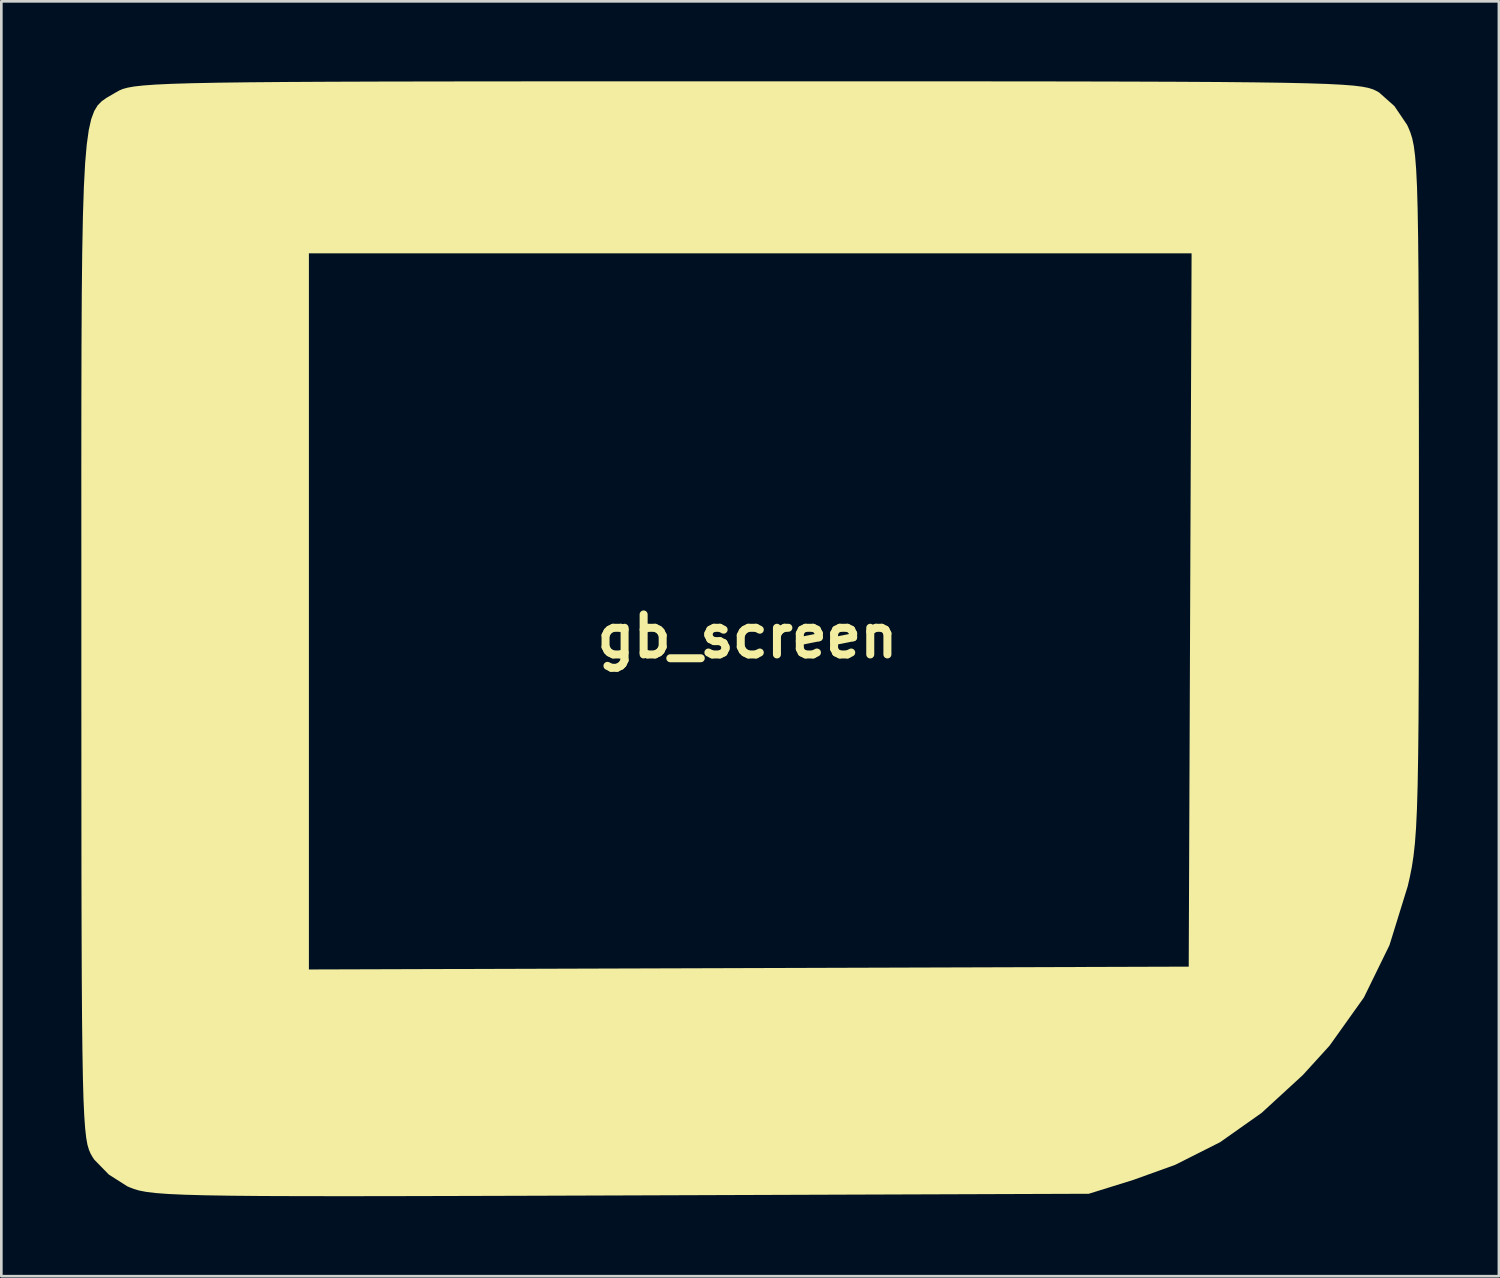
<source format=kicad_pcb>
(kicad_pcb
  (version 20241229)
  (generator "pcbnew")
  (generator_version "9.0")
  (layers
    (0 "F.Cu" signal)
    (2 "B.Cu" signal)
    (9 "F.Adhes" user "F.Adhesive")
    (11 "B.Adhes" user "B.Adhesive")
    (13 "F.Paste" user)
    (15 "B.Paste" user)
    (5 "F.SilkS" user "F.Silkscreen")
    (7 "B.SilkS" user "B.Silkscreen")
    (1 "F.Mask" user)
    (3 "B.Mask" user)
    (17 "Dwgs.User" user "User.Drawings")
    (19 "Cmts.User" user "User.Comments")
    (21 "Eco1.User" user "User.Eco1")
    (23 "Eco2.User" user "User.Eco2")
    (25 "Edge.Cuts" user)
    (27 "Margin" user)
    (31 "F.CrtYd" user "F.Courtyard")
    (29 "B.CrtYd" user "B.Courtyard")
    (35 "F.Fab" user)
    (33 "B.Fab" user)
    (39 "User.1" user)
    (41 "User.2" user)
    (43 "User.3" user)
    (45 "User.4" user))
  (footprint "gb_screen"
    (layer "F.Cu")
    (at 24.984 20.818)
    (property "Reference" "gb_screen" (at 0 0 0) (layer "F.SilkS") (effects (font (size 1.5 1.5) (thickness 0.3))))
    (attr board_only exclude_from_pos_files exclude_from_bom)
    (fp_poly (pts (xy 3.587 -20.818) (xy 6.782 -20.817) (xy 9.608 -20.816) (xy 12.087 -20.813) (xy 14.245 -20.808) (xy 16.104 -20.801) (xy 17.688 -20.792) (xy 19.02 -20.779) (xy 20.125 -20.763) (xy 21.025 -20.743) (xy 21.745 -20.719) (xy 22.307 -20.69) (xy 22.735 -20.657) (xy 23.054 -20.617) (xy 23.286 -20.572) (xy 23.455 -20.52) (xy 23.585 -20.461) (xy 23.694 -20.398) (xy 24.267 -19.888) (xy 24.74 -19.188) (xy 24.783 -19.098) (xy 24.865 -18.901) (xy 24.935 -18.678) (xy 24.994 -18.395) (xy 25.042 -18.02) (xy 25.082 -17.521) (xy 25.114 -16.864) (xy 25.138 -16.018) (xy 25.156 -14.948) (xy 25.169 -13.624) (xy 25.177 -12.012) (xy 25.182 -10.079) (xy 25.185 -7.792) (xy 25.186 -5.309) (xy 25.186 -2.657) (xy 25.184 -0.386) (xy 25.179 1.539) (xy 25.171 3.152) (xy 25.157 4.488) (xy 25.138 5.583) (xy 25.112 6.471) (xy 25.078 7.188) (xy 25.035 7.768) (xy 24.982 8.246) (xy 24.919 8.657) (xy 24.843 9.037) (xy 24.767 9.369) (xy 24.082 11.582) (xy 23.122 13.546) (xy 21.832 15.355) (xy 20.832 16.454) (xy 19.284 17.875) (xy 17.73 18.972) (xy 16.046 19.821) (xy 14.472 20.388) (xy 12.804 20.907) (xy -4.789 20.97) (xy -7.904 20.981) (xy -10.63 20.989) (xy -12.995 20.995) (xy -15.026 20.998) (xy -16.75 20.996) (xy -18.196 20.991) (xy -19.39 20.98) (xy -20.36 20.964) (xy -21.134 20.942) (xy -21.738 20.914) (xy -22.202 20.879) (xy -22.551 20.836) (xy -22.813 20.786) (xy -23.016 20.727) (xy -23.188 20.659) (xy -23.262 20.626) (xy -23.953 20.186) (xy -24.497 19.628) (xy -24.562 19.531) (xy -24.634 19.405) (xy -24.697 19.26) (xy -24.753 19.072) (xy -24.8 18.813) (xy -24.84 18.457) (xy -24.874 17.977) (xy -24.903 17.349) (xy -24.925 16.544) (xy -24.943 15.538) (xy -24.957 14.304) (xy -24.967 12.815) (xy -24.974 11.046) (xy -24.979 8.97) (xy -24.981 6.561) (xy -24.982 3.793) (xy -24.983 0.639) (xy -24.983 0.042) (xy -24.983 -0.936) (xy -16.448 -0.936) (xy -16.448 12.494) (xy 0.052 12.441) (xy 16.552 12.388) (xy 16.605 -0.989) (xy 16.659 -14.366) (xy 0.106 -14.366) (xy -16.448 -14.366) (xy -16.448 -0.936) (xy -24.983 -0.936) (xy -24.983 -3.259) (xy -24.984 -6.17) (xy -24.982 -8.715) (xy -24.977 -10.92) (xy -24.967 -12.811) (xy -24.95 -14.414) (xy -24.924 -15.753) (xy -24.888 -16.856) (xy -24.841 -17.746) (xy -24.78 -18.45) (xy -24.704 -18.994) (xy -24.612 -19.402) (xy -24.501 -19.701) (xy -24.371 -19.916) (xy -24.218 -20.072) (xy -24.043 -20.196) (xy -23.843 -20.312) (xy -23.672 -20.412) (xy -23.559 -20.475) (xy -23.424 -20.532) (xy -23.243 -20.581) (xy -22.994 -20.625) (xy -22.651 -20.663) (xy -22.193 -20.696) (xy -21.595 -20.724) (xy -20.833 -20.747) (xy -19.885 -20.766) (xy -18.726 -20.781) (xy -17.334 -20.793) (xy -15.684 -20.802) (xy -13.753 -20.809) (xy -11.518 -20.813) (xy -8.955 -20.816) (xy -6.04 -20.817) (xy -2.751 -20.818) (xy 0 -20.818)) (stroke (width 0) (type solid)) (fill yes) (layer "F.SilkS")))
  (gr_rect
    (start -3 -3)
    (end 53.17 44.816)
    (stroke (width 0.1) (type default))
    (fill no)
    (layer "Edge.Cuts")))
</source>
